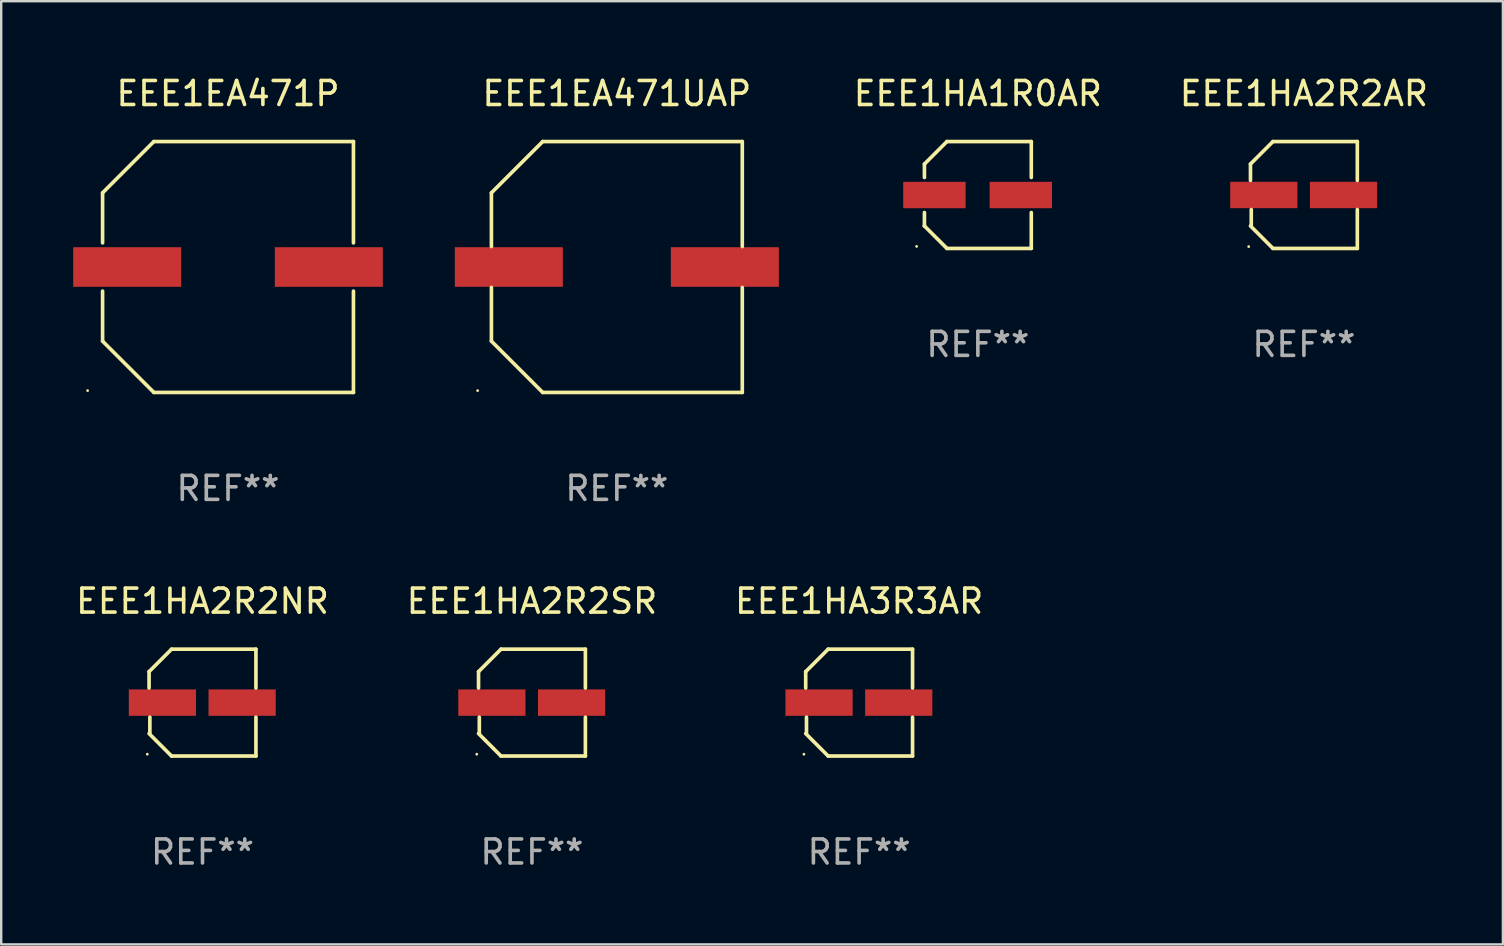
<source format=kicad_pcb>
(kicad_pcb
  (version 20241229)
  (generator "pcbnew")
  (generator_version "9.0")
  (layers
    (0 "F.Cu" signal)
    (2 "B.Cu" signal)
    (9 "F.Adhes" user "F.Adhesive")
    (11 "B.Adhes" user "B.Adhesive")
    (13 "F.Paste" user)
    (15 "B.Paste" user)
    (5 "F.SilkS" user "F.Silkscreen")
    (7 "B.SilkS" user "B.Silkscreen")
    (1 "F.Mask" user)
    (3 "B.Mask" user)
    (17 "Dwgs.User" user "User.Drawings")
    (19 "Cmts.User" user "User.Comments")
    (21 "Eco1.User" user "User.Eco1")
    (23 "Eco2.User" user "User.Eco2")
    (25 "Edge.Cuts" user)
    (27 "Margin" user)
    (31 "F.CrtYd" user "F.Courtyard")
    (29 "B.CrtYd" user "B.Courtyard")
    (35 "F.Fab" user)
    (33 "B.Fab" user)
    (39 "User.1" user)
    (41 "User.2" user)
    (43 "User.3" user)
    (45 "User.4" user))
  (footprint "EEE1HA2R2NR"
    (layer "F.Cu")
    (at 5.387 26.223)
    (property "Reference" "EEE1HA2R2NR" (at 0 -4.226 0) (layer "F.SilkS") (effects (font (size 1 1) (thickness 0.15))))
    (attr through_hole)
    (fp_line (start -2.226 -1.29) (end -2.226 -0.607) (stroke (width 0.152) (type solid)) (layer "F.SilkS"))
    (fp_line (start -2.193 1.29) (end -2.193 0.607) (stroke (width 0.152) (type solid)) (layer "F.SilkS"))
    (fp_line (start -1.29 2.226) (end -2.226 1.29) (stroke (width 0.152) (type solid)) (layer "F.SilkS"))
    (fp_line (start -1.29 -2.226) (end -2.226 -1.29) (stroke (width 0.152) (type solid)) (layer "F.SilkS"))
    (fp_line (start 2.226 -2.226) (end -1.29 -2.226) (stroke (width 0.152) (type solid)) (layer "F.SilkS"))
    (fp_line (start 2.226 -0.607) (end 2.226 -2.226) (stroke (width 0.152) (type solid)) (layer "F.SilkS"))
    (fp_line (start 2.226 0.607) (end 2.226 2.226) (stroke (width 0.152) (type solid)) (layer "F.SilkS"))
    (fp_line (start 2.226 2.226) (end -1.29 2.226) (stroke (width 0.152) (type solid)) (layer "F.SilkS"))
    (fp_circle (center -2.3 2.15) (end -2.27 2.15) (stroke (width 0.06) (type solid)) (fill no) (layer "F.SilkS"))
    (fp_text user "REF**" (at 0 6.226 0) (layer "F.Fab") (effects (font (size 1 1) (thickness 0.15))))
    (pad "1" smd rect (at -1.67 -0.000025) (size 2.8 1.1) (layers "F.Cu" "F.Mask" "F.Paste"))
    (pad "2" smd rect (at 1.651 -0.000025) (size 2.8 1.1) (layers "F.Cu" "F.Mask" "F.Paste")))
  (footprint "EEE1EA471UAP"
    (layer "F.Cu")
    (at 22.65 8.074)
    (property "Reference" "EEE1EA471UAP" (at 0 -7.226 0) (layer "F.SilkS") (effects (font (size 1 1) (thickness 0.15))))
    (attr through_hole)
    (fp_line (start -5.226 -3.09) (end -5.226 -0.852) (stroke (width 0.152) (type solid)) (layer "F.SilkS"))
    (fp_line (start -5.226 3.09) (end -5.226 0.852) (stroke (width 0.152) (type solid)) (layer "F.SilkS"))
    (fp_line (start -3.09 -5.226) (end -5.226 -3.09) (stroke (width 0.152) (type solid)) (layer "F.SilkS"))
    (fp_line (start -3.09 5.226) (end -5.226 3.09) (stroke (width 0.152) (type solid)) (layer "F.SilkS"))
    (fp_line (start 5.226 -5.226) (end -3.09 -5.226) (stroke (width 0.152) (type solid)) (layer "F.SilkS"))
    (fp_line (start 5.226 -0.852) (end 5.226 -5.226) (stroke (width 0.152) (type solid)) (layer "F.SilkS"))
    (fp_line (start 5.226 0.852) (end 5.226 5.226) (stroke (width 0.152) (type solid)) (layer "F.SilkS"))
    (fp_line (start 5.226 5.226) (end -3.09 5.226) (stroke (width 0.152) (type solid)) (layer "F.SilkS"))
    (fp_circle (center -5.8 5.15) (end -5.77 5.15) (stroke (width 0.06) (type solid)) (fill no) (layer "F.SilkS"))
    (fp_text user "REF**" (at 0 9.226 0) (layer "F.Fab") (effects (font (size 1 1) (thickness 0.15))))
    (pad "1" smd rect (at -4.5 0) (size 4.5 1.65) (layers "F.Cu" "F.Mask" "F.Paste"))
    (pad "2" smd rect (at 4.5 0) (size 4.5 1.65) (layers "F.Cu" "F.Mask" "F.Paste")))
  (footprint "EEE1HA2R2SR"
    (layer "F.Cu")
    (at 19.113 26.223)
    (property "Reference" "EEE1HA2R2SR" (at 0 -4.226 0) (layer "F.SilkS") (effects (font (size 1 1) (thickness 0.15))))
    (attr through_hole)
    (fp_line (start -2.226 -1.29) (end -2.226 -0.607) (stroke (width 0.152) (type solid)) (layer "F.SilkS"))
    (fp_line (start -2.193 1.29) (end -2.193 0.607) (stroke (width 0.152) (type solid)) (layer "F.SilkS"))
    (fp_line (start -1.29 2.226) (end -2.226 1.29) (stroke (width 0.152) (type solid)) (layer "F.SilkS"))
    (fp_line (start -1.29 -2.226) (end -2.226 -1.29) (stroke (width 0.152) (type solid)) (layer "F.SilkS"))
    (fp_line (start 2.226 -2.226) (end -1.29 -2.226) (stroke (width 0.152) (type solid)) (layer "F.SilkS"))
    (fp_line (start 2.226 -0.607) (end 2.226 -2.226) (stroke (width 0.152) (type solid)) (layer "F.SilkS"))
    (fp_line (start 2.226 0.607) (end 2.226 2.226) (stroke (width 0.152) (type solid)) (layer "F.SilkS"))
    (fp_line (start 2.226 2.226) (end -1.29 2.226) (stroke (width 0.152) (type solid)) (layer "F.SilkS"))
    (fp_circle (center -2.3 2.15) (end -2.27 2.15) (stroke (width 0.06) (type solid)) (fill no) (layer "F.SilkS"))
    (fp_text user "REF**" (at 0 6.226 0) (layer "F.Fab") (effects (font (size 1 1) (thickness 0.15))))
    (pad "1" smd rect (at -1.67 -0.000025) (size 2.8 1.1) (layers "F.Cu" "F.Mask" "F.Paste"))
    (pad "2" smd rect (at 1.651 -0.000025) (size 2.8 1.1) (layers "F.Cu" "F.Mask" "F.Paste")))
  (footprint "EEE1EA471P"
    (layer "F.Cu")
    (at 6.45 8.074)
    (property "Reference" "EEE1EA471P" (at 0 -7.226 0) (layer "F.SilkS") (effects (font (size 1 1) (thickness 0.15))))
    (attr through_hole)
    (fp_line (start -5.226 -3.09) (end -5.226 -1.005) (stroke (width 0.152) (type solid)) (layer "F.SilkS"))
    (fp_line (start -5.226 1.005) (end -5.226 3.09) (stroke (width 0.152) (type solid)) (layer "F.SilkS"))
    (fp_line (start -3.09 -5.226) (end -5.226 -3.09) (stroke (width 0.152) (type solid)) (layer "F.SilkS"))
    (fp_line (start -3.09 5.226) (end -5.226 3.09) (stroke (width 0.152) (type solid)) (layer "F.SilkS"))
    (fp_line (start 5.226 -5.226) (end -3.09 -5.226) (stroke (width 0.152) (type solid)) (layer "F.SilkS"))
    (fp_line (start 5.226 -5.226) (end 5.226 -1.005) (stroke (width 0.152) (type solid)) (layer "F.SilkS"))
    (fp_line (start 5.226 1.005) (end 5.226 5.226) (stroke (width 0.152) (type solid)) (layer "F.SilkS"))
    (fp_line (start 5.226 5.226) (end -3.09 5.226) (stroke (width 0.152) (type solid)) (layer "F.SilkS"))
    (fp_circle (center -5.85 5.15) (end -5.82 5.15) (stroke (width 0.06) (type solid)) (fill no) (layer "F.SilkS"))
    (fp_text user "REF**" (at 0 9.226 0) (layer "F.Fab") (effects (font (size 1 1) (thickness 0.15))))
    (pad "1" smd rect (at -4.2 0.000292) (size 4.5 1.65) (layers "F.Cu" "F.Mask" "F.Paste"))
    (pad "2" smd rect (at 4.2 0.000292) (size 4.5 1.65) (layers "F.Cu" "F.Mask" "F.Paste")))
  (footprint "EEE1HA1R0AR"
    (layer "F.Cu")
    (at 37.691 5.074)
    (property "Reference" "EEE1HA1R0AR" (at 0 -4.226 0) (layer "F.SilkS") (effects (font (size 1 1) (thickness 0.15))))
    (attr through_hole)
    (fp_line (start -2.226 -1.289) (end -2.226 -0.73) (stroke (width 0.152) (type solid)) (layer "F.SilkS"))
    (fp_line (start -2.226 0.731) (end -2.226 1.291) (stroke (width 0.152) (type solid)) (layer "F.SilkS"))
    (fp_line (start -2.226 1.291) (end -2.226 1.291) (stroke (width 0.152) (type solid)) (layer "F.SilkS"))
    (fp_line (start -1.29 -2.226) (end -2.226 -1.289) (stroke (width 0.152) (type solid)) (layer "F.SilkS"))
    (fp_line (start -1.289 2.226) (end -2.226 1.291) (stroke (width 0.152) (type solid)) (layer "F.SilkS"))
    (fp_line (start 2.226 -2.226) (end -1.29 -2.226) (stroke (width 0.152) (type solid)) (layer "F.SilkS"))
    (fp_line (start 2.226 -0.73) (end 2.226 -2.226) (stroke (width 0.152) (type solid)) (layer "F.SilkS"))
    (fp_line (start 2.226 2.226) (end -1.289 2.226) (stroke (width 0.152) (type solid)) (layer "F.SilkS"))
    (fp_line (start 2.226 2.226) (end 2.226 0.731) (stroke (width 0.152) (type solid)) (layer "F.SilkS"))
    (fp_circle (center -2.551 2.142) (end -2.521 2.142) (stroke (width 0.06) (type solid)) (fill no) (layer "F.SilkS"))
    (fp_text user "REF**" (at 0 6.226 0) (layer "F.Fab") (effects (font (size 1 1) (thickness 0.15))))
    (pad "1" smd rect (at -1.81 0.001) (size 2.6 1.1) (layers "F.Cu" "F.Mask" "F.Paste"))
    (pad "2" smd rect (at 1.79 0.001) (size 2.6 1.1) (layers "F.Cu" "F.Mask" "F.Paste")))
  (footprint "EEE1HA2R2AR"
    (layer "F.Cu")
    (at 51.275 5.074)
    (property "Reference" "EEE1HA2R2AR" (at 0 -4.226 0) (layer "F.SilkS") (effects (font (size 1 1) (thickness 0.15))))
    (attr through_hole)
    (fp_line (start -2.226 -1.29) (end -2.226 -0.607) (stroke (width 0.152) (type solid)) (layer "F.SilkS"))
    (fp_line (start -2.193 1.29) (end -2.193 0.607) (stroke (width 0.152) (type solid)) (layer "F.SilkS"))
    (fp_line (start -1.29 2.226) (end -2.226 1.29) (stroke (width 0.152) (type solid)) (layer "F.SilkS"))
    (fp_line (start -1.29 -2.226) (end -2.226 -1.29) (stroke (width 0.152) (type solid)) (layer "F.SilkS"))
    (fp_line (start 2.226 -2.226) (end -1.29 -2.226) (stroke (width 0.152) (type solid)) (layer "F.SilkS"))
    (fp_line (start 2.226 -0.607) (end 2.226 -2.226) (stroke (width 0.152) (type solid)) (layer "F.SilkS"))
    (fp_line (start 2.226 0.607) (end 2.226 2.226) (stroke (width 0.152) (type solid)) (layer "F.SilkS"))
    (fp_line (start 2.226 2.226) (end -1.29 2.226) (stroke (width 0.152) (type solid)) (layer "F.SilkS"))
    (fp_circle (center -2.3 2.15) (end -2.27 2.15) (stroke (width 0.06) (type solid)) (fill no) (layer "F.SilkS"))
    (fp_text user "REF**" (at 0 6.226 0) (layer "F.Fab") (effects (font (size 1 1) (thickness 0.15))))
    (pad "1" smd rect (at -1.67 -0.000025) (size 2.8 1.1) (layers "F.Cu" "F.Mask" "F.Paste"))
    (pad "2" smd rect (at 1.651 -0.000025) (size 2.8 1.1) (layers "F.Cu" "F.Mask" "F.Paste")))
  (footprint "EEE1HA3R3AR"
    (layer "F.Cu")
    (at 32.744 26.223)
    (property "Reference" "EEE1HA3R3AR" (at 0 -4.226 0) (layer "F.SilkS") (effects (font (size 1 1) (thickness 0.15))))
    (attr through_hole)
    (fp_line (start -2.226 -1.29) (end -2.226 -0.607) (stroke (width 0.152) (type solid)) (layer "F.SilkS"))
    (fp_line (start -2.193 1.29) (end -2.193 0.607) (stroke (width 0.152) (type solid)) (layer "F.SilkS"))
    (fp_line (start -1.29 2.226) (end -2.226 1.29) (stroke (width 0.152) (type solid)) (layer "F.SilkS"))
    (fp_line (start -1.29 -2.226) (end -2.226 -1.29) (stroke (width 0.152) (type solid)) (layer "F.SilkS"))
    (fp_line (start 2.226 -2.226) (end -1.29 -2.226) (stroke (width 0.152) (type solid)) (layer "F.SilkS"))
    (fp_line (start 2.226 -0.607) (end 2.226 -2.226) (stroke (width 0.152) (type solid)) (layer "F.SilkS"))
    (fp_line (start 2.226 0.607) (end 2.226 2.226) (stroke (width 0.152) (type solid)) (layer "F.SilkS"))
    (fp_line (start 2.226 2.226) (end -1.29 2.226) (stroke (width 0.152) (type solid)) (layer "F.SilkS"))
    (fp_circle (center -2.3 2.15) (end -2.27 2.15) (stroke (width 0.06) (type solid)) (fill no) (layer "F.SilkS"))
    (fp_text user "REF**" (at 0 6.226 0) (layer "F.Fab") (effects (font (size 1 1) (thickness 0.15))))
    (pad "1" smd rect (at -1.67 -0.000025) (size 2.8 1.1) (layers "F.Cu" "F.Mask" "F.Paste"))
    (pad "2" smd rect (at 1.651 -0.000025) (size 2.8 1.1) (layers "F.Cu" "F.Mask" "F.Paste")))
  (gr_rect
    (start -3 -3)
    (end 59.566 36.298)
    (stroke (width 0.1) (type default))
    (fill no)
    (layer "Edge.Cuts")))
</source>
